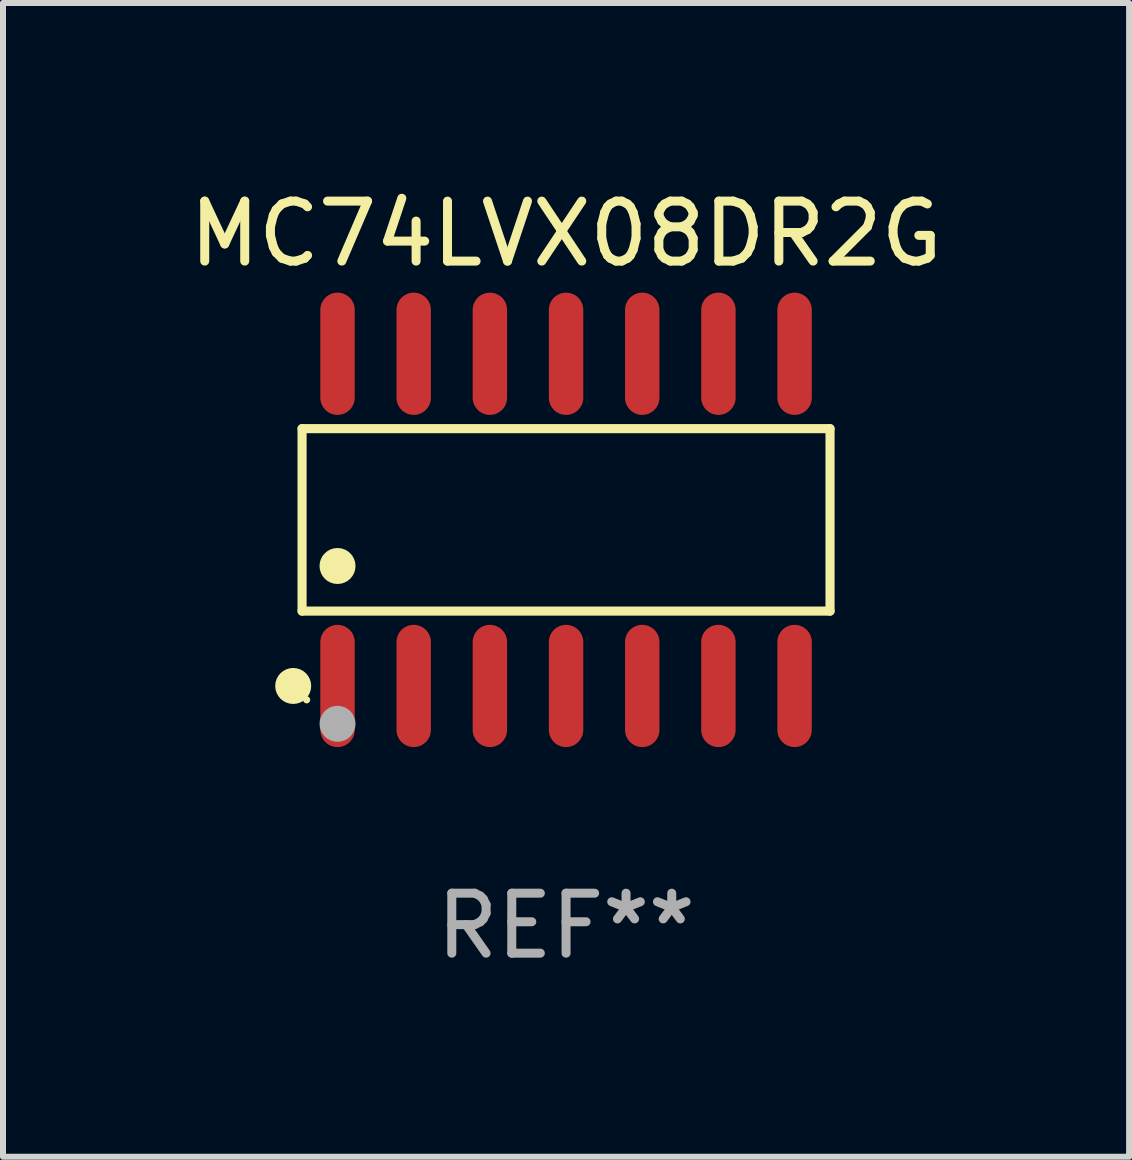
<source format=kicad_pcb>
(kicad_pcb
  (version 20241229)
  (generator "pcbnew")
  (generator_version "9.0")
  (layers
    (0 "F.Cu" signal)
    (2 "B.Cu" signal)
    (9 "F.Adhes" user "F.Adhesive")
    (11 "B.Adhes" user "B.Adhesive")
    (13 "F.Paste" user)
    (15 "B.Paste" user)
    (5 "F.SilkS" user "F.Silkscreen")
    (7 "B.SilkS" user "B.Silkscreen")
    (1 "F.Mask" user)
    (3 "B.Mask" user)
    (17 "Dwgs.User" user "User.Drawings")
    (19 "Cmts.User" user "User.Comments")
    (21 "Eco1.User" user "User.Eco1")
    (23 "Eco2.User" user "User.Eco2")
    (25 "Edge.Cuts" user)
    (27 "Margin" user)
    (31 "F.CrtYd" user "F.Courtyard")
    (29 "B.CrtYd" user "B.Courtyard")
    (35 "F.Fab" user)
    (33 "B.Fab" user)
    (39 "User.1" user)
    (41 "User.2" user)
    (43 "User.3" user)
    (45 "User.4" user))
  (footprint "MC74LVX08DR2G"
    (layer "F.Cu")
    (at 6.387 5.617)
    (property "Reference" "MC74LVX08DR2G" (at 0 -4.769 0) (layer "F.SilkS") (effects (font (size 1 1) (thickness 0.15))))
    (attr through_hole)
    (fp_line (start -4.401 -1.521) (end 4.401 -1.521) (stroke (width 0.152) (type solid)) (layer "F.SilkS"))
    (fp_line (start -4.401 1.521) (end -4.401 -1.521) (stroke (width 0.152) (type solid)) (layer "F.SilkS"))
    (fp_line (start 4.401 -1.521) (end 4.401 1.521) (stroke (width 0.152) (type solid)) (layer "F.SilkS"))
    (fp_line (start 4.401 1.521) (end -4.401 1.521) (stroke (width 0.152) (type solid)) (layer "F.SilkS"))
    (fp_circle (center -4.549 2.769) (end -4.399 2.769) (stroke (width 0.3) (type solid)) (fill no) (layer "F.SilkS"))
    (fp_circle (center -4.325 3) (end -4.295 3) (stroke (width 0.06) (type solid)) (fill no) (layer "F.SilkS"))
    (fp_circle (center -3.81 0.769) (end -3.66 0.769) (stroke (width 0.3) (type solid)) (fill no) (layer "F.SilkS"))
    (fp_circle (center -3.81 3.4) (end -3.66 3.4) (stroke (width 0.3) (type solid)) (fill no) (layer "F.Fab"))
    (fp_text user "REF**" (at 0 6.769 0) (layer "F.Fab") (effects (font (size 1 1) (thickness 0.15))))
    (pad "1" smd oval (at -3.81 2.769) (size 0.574 2.038) (layers "F.Cu" "F.Mask" "F.Paste"))
    (pad "2" smd oval (at -2.54 2.769) (size 0.574 2.038) (layers "F.Cu" "F.Mask" "F.Paste"))
    (pad "3" smd oval (at -1.27 2.769) (size 0.574 2.038) (layers "F.Cu" "F.Mask" "F.Paste"))
    (pad "4" smd oval (at 0 2.769) (size 0.574 2.038) (layers "F.Cu" "F.Mask" "F.Paste"))
    (pad "5" smd oval (at 1.27 2.769) (size 0.574 2.038) (layers "F.Cu" "F.Mask" "F.Paste"))
    (pad "6" smd oval (at 2.54 2.769) (size 0.574 2.038) (layers "F.Cu" "F.Mask" "F.Paste"))
    (pad "7" smd oval (at 3.81 2.769) (size 0.574 2.038) (layers "F.Cu" "F.Mask" "F.Paste"))
    (pad "8" smd oval (at 3.81 -2.769) (size 0.574 2.038) (layers "F.Cu" "F.Mask" "F.Paste"))
    (pad "9" smd oval (at 2.54 -2.769) (size 0.574 2.038) (layers "F.Cu" "F.Mask" "F.Paste"))
    (pad "10" smd oval (at 1.27 -2.769) (size 0.574 2.038) (layers "F.Cu" "F.Mask" "F.Paste"))
    (pad "11" smd oval (at 0 -2.769) (size 0.574 2.038) (layers "F.Cu" "F.Mask" "F.Paste"))
    (pad "12" smd oval (at -1.27 -2.769) (size 0.574 2.038) (layers "F.Cu" "F.Mask" "F.Paste"))
    (pad "13" smd oval (at -2.54 -2.769) (size 0.574 2.038) (layers "F.Cu" "F.Mask" "F.Paste"))
    (pad "14" smd oval (at -3.81 -2.769) (size 0.574 2.038) (layers "F.Cu" "F.Mask" "F.Paste")))
  (gr_rect
    (start -3 -3)
    (end 15.774 16.235)
    (stroke (width 0.1) (type default))
    (fill no)
    (layer "Edge.Cuts")))
</source>
